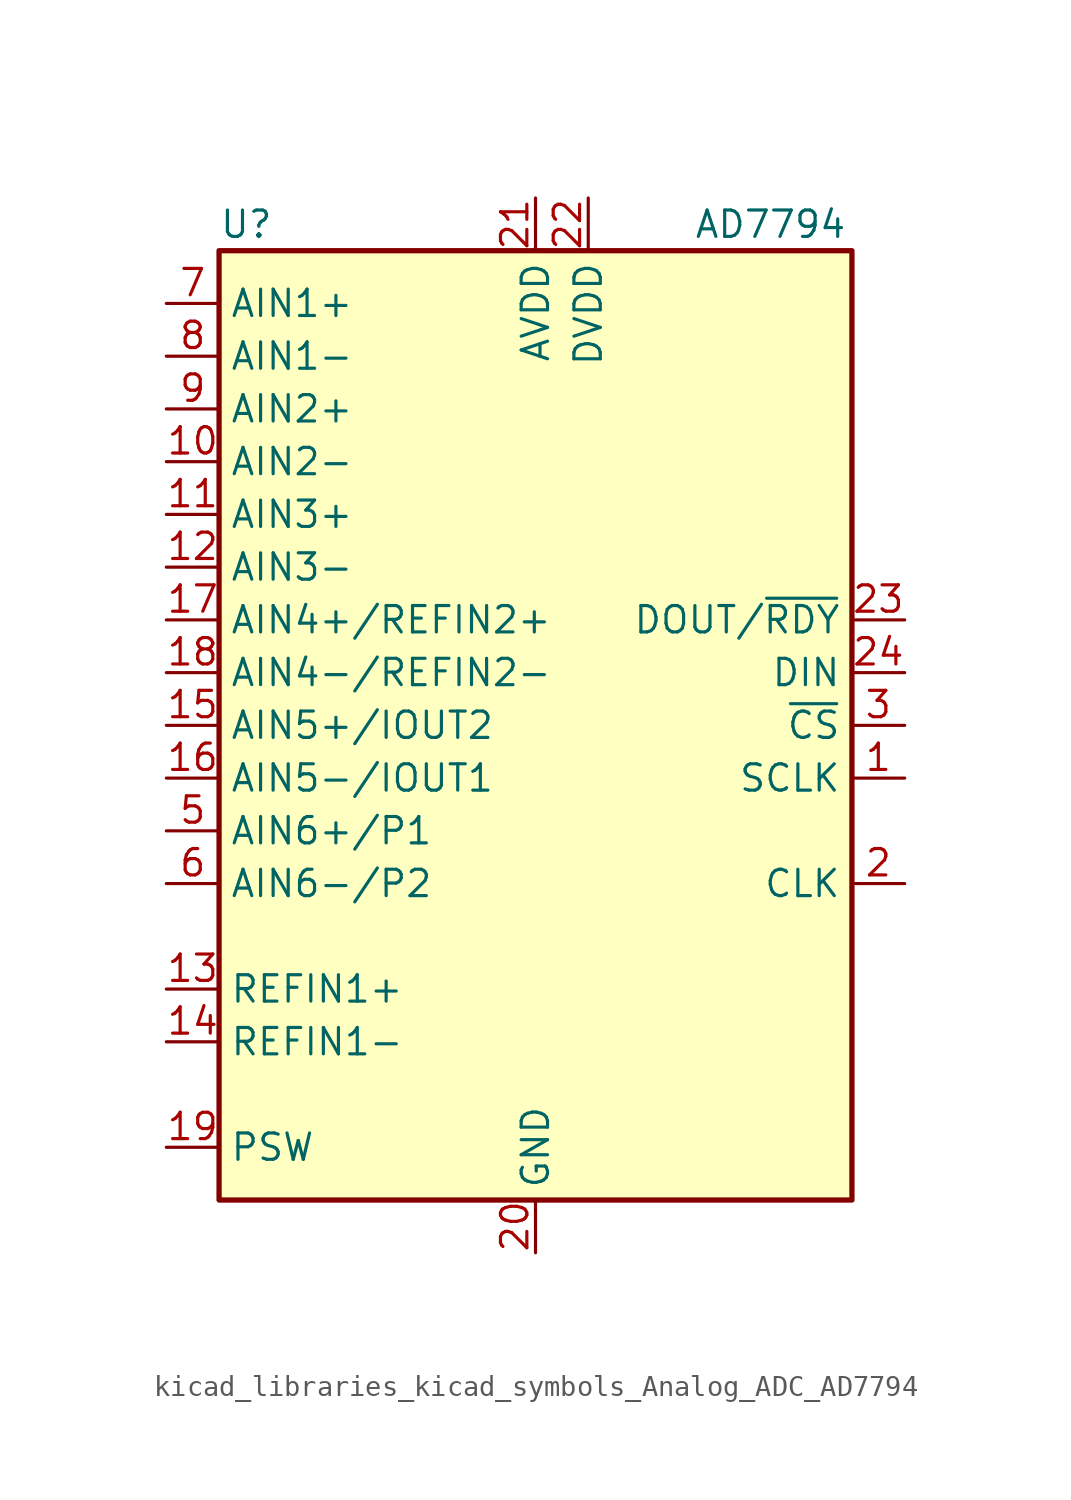
<source format=kicad_sym>
(kicad_symbol_lib
  (version 20220914)
  (generator kicad_symbol_editor)
  (symbol "kicad_libraries_kicad_symbols_Analog_ADC_AD7794"
    (property "Reference" "U"
      (at -15.24 24.13 0)
      (effects (font (size 1.27 1.27)) (justify left)))
    (property "Value" "AD7794"
      (at 7.62 24.13 0)
      (effects (font (size 1.27 1.27)) (justify left)))
    (symbol "kicad_libraries_kicad_symbols_Analog_ADC_AD7794_0_1"
      (rectangle (start -15.24 22.86) (end 15.24 -22.86) (stroke (width 0.254) (type default)) (fill (type background))))
    (symbol "kicad_libraries_kicad_symbols_Analog_ADC_AD7794_1_1"
      (pin input line (at 17.78 -2.54 180) (length 2.54) (name "SCLK" (effects (font (size 1.27 1.27)))) (number "1" (effects (font (size 1.27 1.27)))))
      (pin input line (at -17.78 12.7 0) (length 2.54) (name "AIN2-" (effects (font (size 1.27 1.27)))) (number "10" (effects (font (size 1.27 1.27)))))
      (pin input line (at -17.78 10.16 0) (length 2.54) (name "AIN3+" (effects (font (size 1.27 1.27)))) (number "11" (effects (font (size 1.27 1.27)))))
      (pin input line (at -17.78 7.62 0) (length 2.54) (name "AIN3-" (effects (font (size 1.27 1.27)))) (number "12" (effects (font (size 1.27 1.27)))))
      (pin input line (at -17.78 -12.7 0) (length 2.54) (name "REFIN1+" (effects (font (size 1.27 1.27)))) (number "13" (effects (font (size 1.27 1.27)))))
      (pin input line (at -17.78 -15.24 0) (length 2.54) (name "REFIN1-" (effects (font (size 1.27 1.27)))) (number "14" (effects (font (size 1.27 1.27)))))
      (pin input line (at -17.78 0 0) (length 2.54) (name "AIN5+/IOUT2" (effects (font (size 1.27 1.27)))) (number "15" (effects (font (size 1.27 1.27)))))
      (pin input line (at -17.78 -2.54 0) (length 2.54) (name "AIN5-/IOUT1" (effects (font (size 1.27 1.27)))) (number "16" (effects (font (size 1.27 1.27)))))
      (pin input line (at -17.78 5.08 0) (length 2.54) (name "AIN4+/REFIN2+" (effects (font (size 1.27 1.27)))) (number "17" (effects (font (size 1.27 1.27)))))
      (pin input line (at -17.78 2.54 0) (length 2.54) (name "AIN4-/REFIN2-" (effects (font (size 1.27 1.27)))) (number "18" (effects (font (size 1.27 1.27)))))
      (pin passive line (at -17.78 -20.32 0) (length 2.54) (name "PSW" (effects (font (size 1.27 1.27)))) (number "19" (effects (font (size 1.27 1.27)))))
      (pin bidirectional line (at 17.78 -7.62 180) (length 2.54) (name "CLK" (effects (font (size 1.27 1.27)))) (number "2" (effects (font (size 1.27 1.27)))))
      (pin power_in line (at 0 -25.4 90) (length 2.54) (name "GND" (effects (font (size 1.27 1.27)))) (number "20" (effects (font (size 1.27 1.27)))))
      (pin power_in line (at 0 25.4 270) (length 2.54) (name "AVDD" (effects (font (size 1.27 1.27)))) (number "21" (effects (font (size 1.27 1.27)))))
      (pin power_in line (at 2.54 25.4 270) (length 2.54) (name "DVDD" (effects (font (size 1.27 1.27)))) (number "22" (effects (font (size 1.27 1.27)))))
      (pin output line (at 17.78 5.08 180) (length 2.54) (name "DOUT/~{RDY}" (effects (font (size 1.27 1.27)))) (number "23" (effects (font (size 1.27 1.27)))))
      (pin input line (at 17.78 2.54 180) (length 2.54) (name "DIN" (effects (font (size 1.27 1.27)))) (number "24" (effects (font (size 1.27 1.27)))))
      (pin input line (at 17.78 0 180) (length 2.54) (name "~{CS}" (effects (font (size 1.27 1.27)))) (number "3" (effects (font (size 1.27 1.27)))))
      (pin no_connect line (at 15.24 -20.32 180) (length 2.54) hide (name "NC" (effects (font (size 1.27 1.27)))) (number "4" (effects (font (size 1.27 1.27)))))
      (pin input line (at -17.78 -5.08 0) (length 2.54) (name "AIN6+/P1" (effects (font (size 1.27 1.27)))) (number "5" (effects (font (size 1.27 1.27)))))
      (pin input line (at -17.78 -7.62 0) (length 2.54) (name "AIN6-/P2" (effects (font (size 1.27 1.27)))) (number "6" (effects (font (size 1.27 1.27)))))
      (pin input line (at -17.78 20.32 0) (length 2.54) (name "AIN1+" (effects (font (size 1.27 1.27)))) (number "7" (effects (font (size 1.27 1.27)))))
      (pin input line (at -17.78 17.78 0) (length 2.54) (name "AIN1-" (effects (font (size 1.27 1.27)))) (number "8" (effects (font (size 1.27 1.27)))))
      (pin input line (at -17.78 15.24 0) (length 2.54) (name "AIN2+" (effects (font (size 1.27 1.27)))) (number "9" (effects (font (size 1.27 1.27))))))))
</source>
